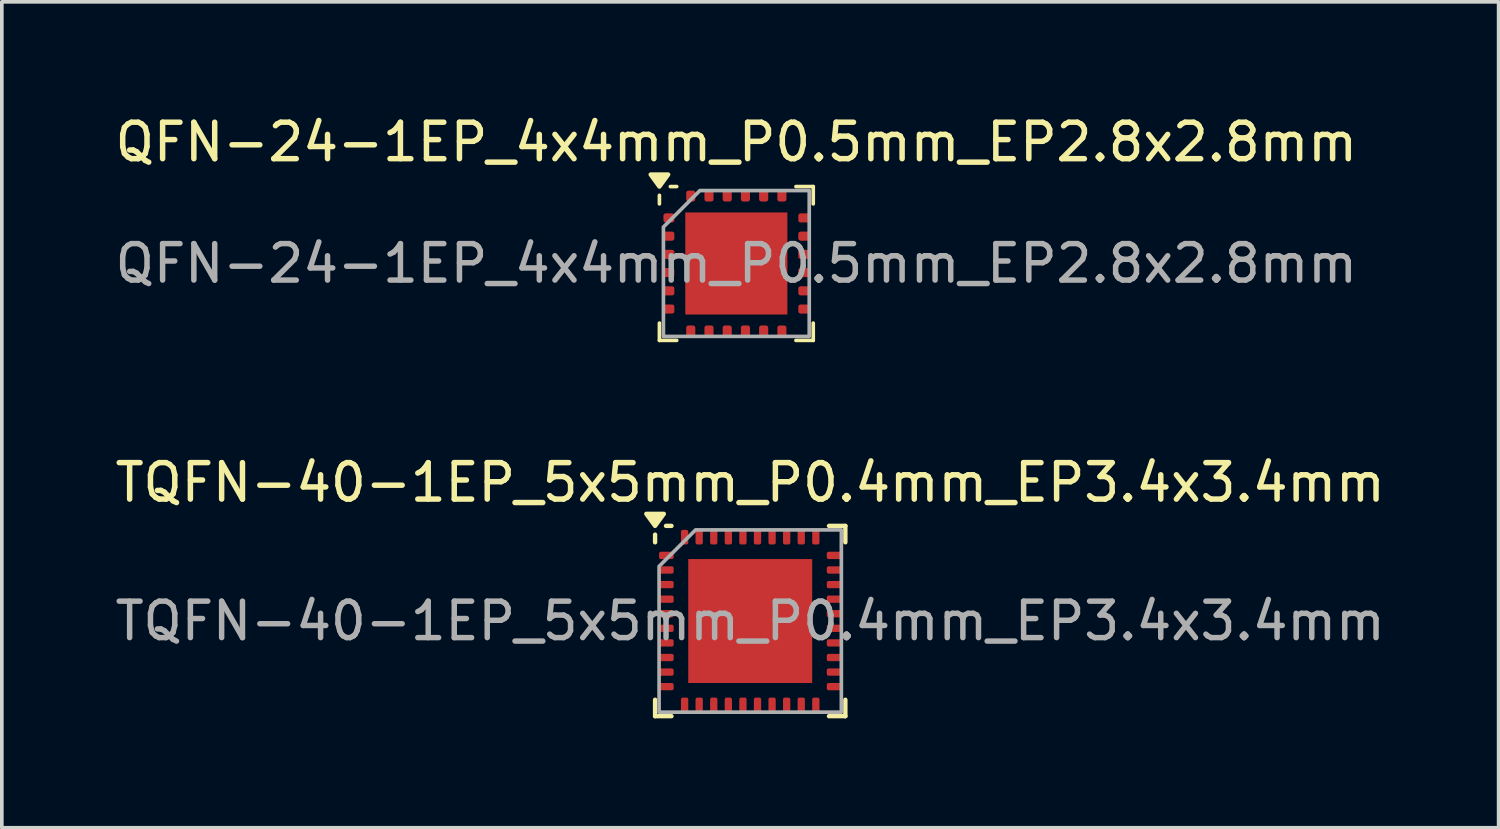
<source format=kicad_pcb>
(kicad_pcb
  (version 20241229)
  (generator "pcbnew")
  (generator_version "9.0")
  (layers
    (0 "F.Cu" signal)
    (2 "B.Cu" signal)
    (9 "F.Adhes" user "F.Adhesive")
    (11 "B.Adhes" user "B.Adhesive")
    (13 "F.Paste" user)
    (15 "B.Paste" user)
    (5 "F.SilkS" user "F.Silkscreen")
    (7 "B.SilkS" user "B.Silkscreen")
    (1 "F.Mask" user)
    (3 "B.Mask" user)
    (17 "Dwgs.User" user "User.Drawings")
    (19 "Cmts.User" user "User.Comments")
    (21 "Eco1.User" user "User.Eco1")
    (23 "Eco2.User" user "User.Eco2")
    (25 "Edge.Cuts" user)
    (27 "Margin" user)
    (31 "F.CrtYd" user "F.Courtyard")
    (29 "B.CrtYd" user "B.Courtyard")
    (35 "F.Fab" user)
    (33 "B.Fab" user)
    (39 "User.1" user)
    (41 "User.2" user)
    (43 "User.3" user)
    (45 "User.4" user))
  (footprint "TQFN-40-1EP_5x5mm_P0.4mm_EP3.4x3.4mm"
    (layer "F.Cu")
    (at 17.53 13.986)
    (property "Reference" "TQFN-40-1EP_5x5mm_P0.4mm_EP3.4x3.4mm" (at 0 -3.8 0) (layer "F.SilkS") (effects (font (size 1 1) (thickness 0.15))))
    (attr smd)
    (fp_line (start -2.61 -2.16) (end -2.61 -2.37) (stroke (width 0.12) (type solid)) (layer "F.SilkS"))
    (fp_line (start -2.61 2.61) (end -2.61 2.16) (stroke (width 0.12) (type solid)) (layer "F.SilkS"))
    (fp_line (start -2.16 -2.61) (end -2.31 -2.61) (stroke (width 0.12) (type solid)) (layer "F.SilkS"))
    (fp_line (start -2.16 2.61) (end -2.61 2.61) (stroke (width 0.12) (type solid)) (layer "F.SilkS"))
    (fp_line (start 2.16 -2.61) (end 2.61 -2.61) (stroke (width 0.12) (type solid)) (layer "F.SilkS"))
    (fp_line (start 2.16 2.61) (end 2.61 2.61) (stroke (width 0.12) (type solid)) (layer "F.SilkS"))
    (fp_line (start 2.61 -2.61) (end 2.61 -2.16) (stroke (width 0.12) (type solid)) (layer "F.SilkS"))
    (fp_line (start 2.61 2.61) (end 2.61 2.16) (stroke (width 0.12) (type solid)) (layer "F.SilkS"))
    (fp_poly (pts (xy -2.61 -2.61) (xy -2.85 -2.94) (xy -2.37 -2.94)) (stroke (width 0.12) (type solid)) (fill yes) (layer "F.SilkS"))
    (fp_poly (pts (xy -2.5 -1.5) (xy -2.5 2.5) (xy 2.5 2.5) (xy 2.5 -2.5) (xy -1.5 -2.5)) (stroke (width 0.1) (type solid)) (fill no) (layer "F.Fab"))
    (fp_text user "${REFERENCE}" (at 0 0 0) (layer "F.Fab") (effects (font (size 1 1) (thickness 0.15))))
    (pad "" smd roundrect (at -0.875 -0.875) (size 1.41 1.41) (layers "F.Paste") (roundrect_rratio 0.177))
    (pad "" smd roundrect (at -0.875 0.875) (size 1.41 1.41) (layers "F.Paste") (roundrect_rratio 0.177))
    (pad "" smd roundrect (at 0.875 -0.875) (size 1.41 1.41) (layers "F.Paste") (roundrect_rratio 0.177))
    (pad "" smd roundrect (at 0.875 0.875) (size 1.41 1.41) (layers "F.Paste") (roundrect_rratio 0.177))
    (pad "1" smd roundrect (at -2.3 -1.8) (size 0.4 0.2) (layers "F.Cu" "F.Mask" "F.Paste") (roundrect_rratio 0.25))
    (pad "2" smd roundrect (at -2.3 -1.4) (size 0.4 0.2) (layers "F.Cu" "F.Mask" "F.Paste") (roundrect_rratio 0.25))
    (pad "3" smd roundrect (at -2.3 -1) (size 0.4 0.2) (layers "F.Cu" "F.Mask" "F.Paste") (roundrect_rratio 0.25))
    (pad "4" smd roundrect (at -2.3 -0.6) (size 0.4 0.2) (layers "F.Cu" "F.Mask" "F.Paste") (roundrect_rratio 0.25))
    (pad "5" smd roundrect (at -2.3 -0.2) (size 0.4 0.2) (layers "F.Cu" "F.Mask" "F.Paste") (roundrect_rratio 0.25))
    (pad "6" smd roundrect (at -2.3 0.2) (size 0.4 0.2) (layers "F.Cu" "F.Mask" "F.Paste") (roundrect_rratio 0.25))
    (pad "7" smd roundrect (at -2.3 0.6) (size 0.4 0.2) (layers "F.Cu" "F.Mask" "F.Paste") (roundrect_rratio 0.25))
    (pad "8" smd roundrect (at -2.3 1) (size 0.4 0.2) (layers "F.Cu" "F.Mask" "F.Paste") (roundrect_rratio 0.25))
    (pad "9" smd roundrect (at -2.3 1.4) (size 0.4 0.2) (layers "F.Cu" "F.Mask" "F.Paste") (roundrect_rratio 0.25))
    (pad "10" smd roundrect (at -2.3 1.8) (size 0.4 0.2) (layers "F.Cu" "F.Mask" "F.Paste") (roundrect_rratio 0.25))
    (pad "11" smd roundrect (at -1.8 2.3) (size 0.2 0.4) (layers "F.Cu" "F.Mask" "F.Paste") (roundrect_rratio 0.25))
    (pad "12" smd roundrect (at -1.4 2.3) (size 0.2 0.4) (layers "F.Cu" "F.Mask" "F.Paste") (roundrect_rratio 0.25))
    (pad "13" smd roundrect (at -1 2.3) (size 0.2 0.4) (layers "F.Cu" "F.Mask" "F.Paste") (roundrect_rratio 0.25))
    (pad "14" smd roundrect (at -0.6 2.3) (size 0.2 0.4) (layers "F.Cu" "F.Mask" "F.Paste") (roundrect_rratio 0.25))
    (pad "15" smd roundrect (at -0.2 2.3) (size 0.2 0.4) (layers "F.Cu" "F.Mask" "F.Paste") (roundrect_rratio 0.25))
    (pad "16" smd roundrect (at 0.2 2.3) (size 0.2 0.4) (layers "F.Cu" "F.Mask" "F.Paste") (roundrect_rratio 0.25))
    (pad "17" smd roundrect (at 0.6 2.3) (size 0.2 0.4) (layers "F.Cu" "F.Mask" "F.Paste") (roundrect_rratio 0.25))
    (pad "18" smd roundrect (at 1 2.3) (size 0.2 0.4) (layers "F.Cu" "F.Mask" "F.Paste") (roundrect_rratio 0.25))
    (pad "19" smd roundrect (at 1.4 2.3) (size 0.2 0.4) (layers "F.Cu" "F.Mask" "F.Paste") (roundrect_rratio 0.25))
    (pad "20" smd roundrect (at 1.8 2.3) (size 0.2 0.4) (layers "F.Cu" "F.Mask" "F.Paste") (roundrect_rratio 0.25))
    (pad "21" smd roundrect (at 2.3 1.8) (size 0.4 0.2) (layers "F.Cu" "F.Mask" "F.Paste") (roundrect_rratio 0.25))
    (pad "22" smd roundrect (at 2.3 1.4) (size 0.4 0.2) (layers "F.Cu" "F.Mask" "F.Paste") (roundrect_rratio 0.25))
    (pad "23" smd roundrect (at 2.3 1) (size 0.4 0.2) (layers "F.Cu" "F.Mask" "F.Paste") (roundrect_rratio 0.25))
    (pad "24" smd roundrect (at 2.3 0.6) (size 0.4 0.2) (layers "F.Cu" "F.Mask" "F.Paste") (roundrect_rratio 0.25))
    (pad "25" smd roundrect (at 2.3 0.2) (size 0.4 0.2) (layers "F.Cu" "F.Mask" "F.Paste") (roundrect_rratio 0.25))
    (pad "26" smd roundrect (at 2.3 -0.2) (size 0.4 0.2) (layers "F.Cu" "F.Mask" "F.Paste") (roundrect_rratio 0.25))
    (pad "27" smd roundrect (at 2.3 -0.6) (size 0.4 0.2) (layers "F.Cu" "F.Mask" "F.Paste") (roundrect_rratio 0.25))
    (pad "28" smd roundrect (at 2.3 -1) (size 0.4 0.2) (layers "F.Cu" "F.Mask" "F.Paste") (roundrect_rratio 0.25))
    (pad "29" smd roundrect (at 2.3 -1.4) (size 0.4 0.2) (layers "F.Cu" "F.Mask" "F.Paste") (roundrect_rratio 0.25))
    (pad "30" smd roundrect (at 2.3 -1.8) (size 0.4 0.2) (layers "F.Cu" "F.Mask" "F.Paste") (roundrect_rratio 0.25))
    (pad "31" smd roundrect (at 1.8 -2.3) (size 0.2 0.4) (layers "F.Cu" "F.Mask" "F.Paste") (roundrect_rratio 0.25))
    (pad "32" smd roundrect (at 1.4 -2.3) (size 0.2 0.4) (layers "F.Cu" "F.Mask" "F.Paste") (roundrect_rratio 0.25))
    (pad "33" smd roundrect (at 1 -2.3) (size 0.2 0.4) (layers "F.Cu" "F.Mask" "F.Paste") (roundrect_rratio 0.25))
    (pad "34" smd roundrect (at 0.6 -2.3) (size 0.2 0.4) (layers "F.Cu" "F.Mask" "F.Paste") (roundrect_rratio 0.25))
    (pad "35" smd roundrect (at 0.2 -2.3) (size 0.2 0.4) (layers "F.Cu" "F.Mask" "F.Paste") (roundrect_rratio 0.25))
    (pad "36" smd roundrect (at -0.2 -2.3) (size 0.2 0.4) (layers "F.Cu" "F.Mask" "F.Paste") (roundrect_rratio 0.25))
    (pad "37" smd roundrect (at -0.6 -2.3) (size 0.2 0.4) (layers "F.Cu" "F.Mask" "F.Paste") (roundrect_rratio 0.25))
    (pad "38" smd roundrect (at -1 -2.3) (size 0.2 0.4) (layers "F.Cu" "F.Mask" "F.Paste") (roundrect_rratio 0.25))
    (pad "39" smd roundrect (at -1.4 -2.3) (size 0.2 0.4) (layers "F.Cu" "F.Mask" "F.Paste") (roundrect_rratio 0.25))
    (pad "40" smd roundrect (at -1.8 -2.3) (size 0.2 0.4) (layers "F.Cu" "F.Mask" "F.Paste") (roundrect_rratio 0.25))
    (pad "41" smd rect (at 0 0) (size 3.4 3.4) (property pad_prop_heatsink) (layers "F.Cu" "F.Mask")))
  (footprint "QFN-24-1EP_4x4mm_P0.5mm_EP2.8x2.8mm"
    (layer "F.Cu")
    (at 17.149 4.178)
    (property "Reference" "QFN-24-1EP_4x4mm_P0.5mm_EP2.8x2.8mm" (at 0 -3.33 0) (layer "F.SilkS") (effects (font (size 1 1) (thickness 0.15))))
    (attr smd)
    (fp_line (start -2.11 -1.635) (end -2.11 -1.87) (stroke (width 0.1) (type solid)) (layer "F.SilkS"))
    (fp_line (start -2.11 2.11) (end -2.11 1.635) (stroke (width 0.1) (type solid)) (layer "F.SilkS"))
    (fp_line (start -1.635 -2.11) (end -1.81 -2.11) (stroke (width 0.1) (type solid)) (layer "F.SilkS"))
    (fp_line (start -1.635 2.11) (end -2.11 2.11) (stroke (width 0.1) (type solid)) (layer "F.SilkS"))
    (fp_line (start 1.635 -2.11) (end 2.11 -2.11) (stroke (width 0.1) (type solid)) (layer "F.SilkS"))
    (fp_line (start 1.635 2.11) (end 2.11 2.11) (stroke (width 0.1) (type solid)) (layer "F.SilkS"))
    (fp_line (start 2.11 -2.11) (end 2.11 -1.635) (stroke (width 0.1) (type solid)) (layer "F.SilkS"))
    (fp_line (start 2.11 2.11) (end 2.11 1.635) (stroke (width 0.1) (type solid)) (layer "F.SilkS"))
    (fp_poly (pts (xy -2.11 -2.11) (xy -2.35 -2.44) (xy -1.87 -2.44)) (stroke (width 0.12) (type solid)) (fill yes) (layer "F.SilkS"))
    (fp_poly (pts (xy -2 -1) (xy -2 2) (xy 2 2) (xy 2 -2) (xy -1 -2)) (stroke (width 0.1) (type solid)) (fill no) (layer "F.Fab"))
    (fp_text user "${REFERENCE}" (at 0 0 0) (layer "F.Fab") (effects (font (size 1 1) (thickness 0.15))))
    (pad "" smd roundrect (at -0.7 -0.7) (size 1.13 1.13) (layers "F.Paste") (roundrect_rratio 0.221))
    (pad "" smd roundrect (at -0.7 0.7) (size 1.13 1.13) (layers "F.Paste") (roundrect_rratio 0.221))
    (pad "" smd roundrect (at 0.7 -0.7) (size 1.13 1.13) (layers "F.Paste") (roundrect_rratio 0.221))
    (pad "" smd roundrect (at 0.7 0.7) (size 1.13 1.13) (layers "F.Paste") (roundrect_rratio 0.221))
    (pad "1" smd roundrect (at -1.85 -1.25) (size 0.3 0.25) (layers "F.Cu" "F.Mask" "F.Paste") (roundrect_rratio 0.25))
    (pad "2" smd roundrect (at -1.85 -0.75) (size 0.3 0.25) (layers "F.Cu" "F.Mask" "F.Paste") (roundrect_rratio 0.25))
    (pad "3" smd roundrect (at -1.85 -0.25) (size 0.3 0.25) (layers "F.Cu" "F.Mask" "F.Paste") (roundrect_rratio 0.25))
    (pad "4" smd roundrect (at -1.85 0.25) (size 0.3 0.25) (layers "F.Cu" "F.Mask" "F.Paste") (roundrect_rratio 0.25))
    (pad "5" smd roundrect (at -1.85 0.75) (size 0.3 0.25) (layers "F.Cu" "F.Mask" "F.Paste") (roundrect_rratio 0.25))
    (pad "6" smd roundrect (at -1.85 1.25) (size 0.3 0.25) (layers "F.Cu" "F.Mask" "F.Paste") (roundrect_rratio 0.25))
    (pad "7" smd roundrect (at -1.25 1.85) (size 0.25 0.3) (layers "F.Cu" "F.Mask" "F.Paste") (roundrect_rratio 0.25))
    (pad "8" smd roundrect (at -0.75 1.85) (size 0.25 0.3) (layers "F.Cu" "F.Mask" "F.Paste") (roundrect_rratio 0.25))
    (pad "9" smd roundrect (at -0.25 1.85) (size 0.25 0.3) (layers "F.Cu" "F.Mask" "F.Paste") (roundrect_rratio 0.25))
    (pad "10" smd roundrect (at 0.25 1.85) (size 0.25 0.3) (layers "F.Cu" "F.Mask" "F.Paste") (roundrect_rratio 0.25))
    (pad "11" smd roundrect (at 0.75 1.85) (size 0.25 0.3) (layers "F.Cu" "F.Mask" "F.Paste") (roundrect_rratio 0.25))
    (pad "12" smd roundrect (at 1.25 1.85) (size 0.25 0.3) (layers "F.Cu" "F.Mask" "F.Paste") (roundrect_rratio 0.25))
    (pad "13" smd roundrect (at 1.85 1.25) (size 0.3 0.25) (layers "F.Cu" "F.Mask" "F.Paste") (roundrect_rratio 0.25))
    (pad "14" smd roundrect (at 1.85 0.75) (size 0.3 0.25) (layers "F.Cu" "F.Mask" "F.Paste") (roundrect_rratio 0.25))
    (pad "15" smd roundrect (at 1.85 0.25) (size 0.3 0.25) (layers "F.Cu" "F.Mask" "F.Paste") (roundrect_rratio 0.25))
    (pad "16" smd roundrect (at 1.85 -0.25) (size 0.3 0.25) (layers "F.Cu" "F.Mask" "F.Paste") (roundrect_rratio 0.25))
    (pad "17" smd roundrect (at 1.85 -0.75) (size 0.3 0.25) (layers "F.Cu" "F.Mask" "F.Paste") (roundrect_rratio 0.25))
    (pad "18" smd roundrect (at 1.85 -1.25) (size 0.3 0.25) (layers "F.Cu" "F.Mask" "F.Paste") (roundrect_rratio 0.25))
    (pad "19" smd roundrect (at 1.25 -1.85) (size 0.25 0.3) (layers "F.Cu" "F.Mask" "F.Paste") (roundrect_rratio 0.25))
    (pad "20" smd roundrect (at 0.75 -1.85) (size 0.25 0.3) (layers "F.Cu" "F.Mask" "F.Paste") (roundrect_rratio 0.25))
    (pad "21" smd roundrect (at 0.25 -1.85) (size 0.25 0.3) (layers "F.Cu" "F.Mask" "F.Paste") (roundrect_rratio 0.25))
    (pad "22" smd roundrect (at -0.25 -1.85) (size 0.25 0.3) (layers "F.Cu" "F.Mask" "F.Paste") (roundrect_rratio 0.25))
    (pad "23" smd roundrect (at -0.75 -1.85) (size 0.25 0.3) (layers "F.Cu" "F.Mask" "F.Paste") (roundrect_rratio 0.25))
    (pad "24" smd roundrect (at -1.25 -1.85) (size 0.25 0.3) (layers "F.Cu" "F.Mask" "F.Paste") (roundrect_rratio 0.25))
    (pad "25" smd rect (at 0 0) (size 2.8 2.8) (property pad_prop_heatsink) (layers "F.Cu" "F.Mask")))
  (gr_rect
    (start -3 -3)
    (end 38.06 19.657)
    (stroke (width 0.1) (type default))
    (fill no)
    (layer "Edge.Cuts")))
</source>
